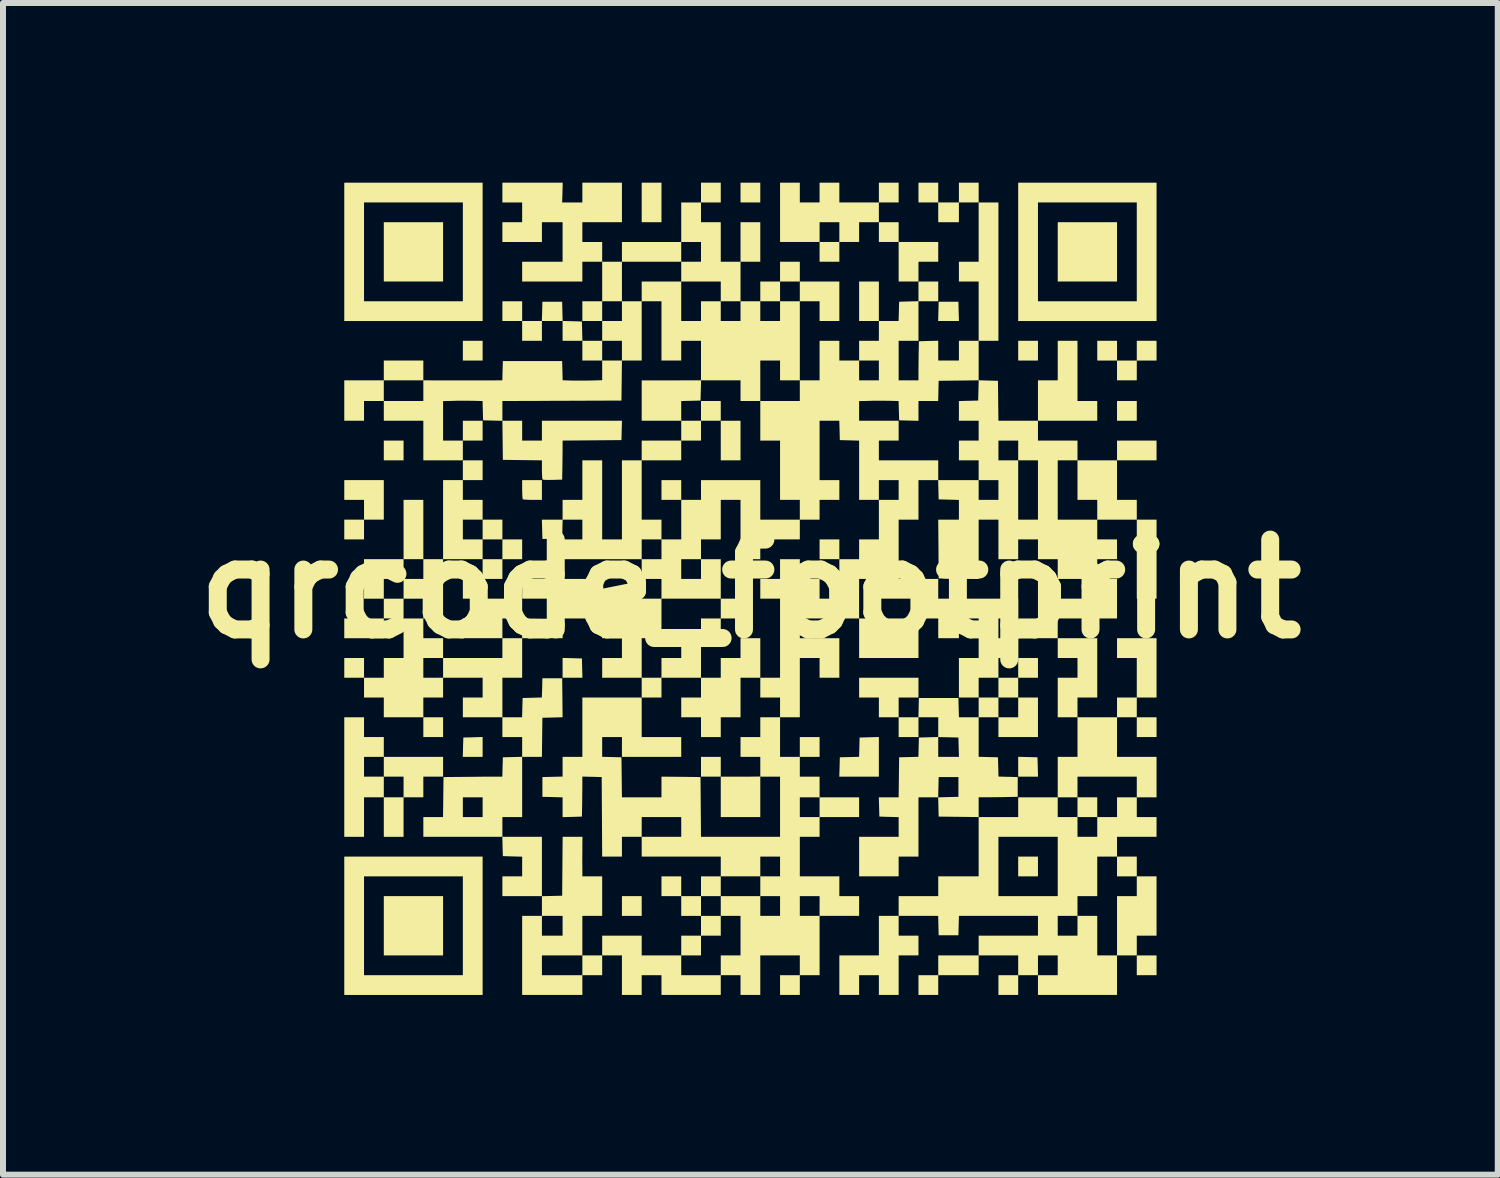
<source format=kicad_pcb>
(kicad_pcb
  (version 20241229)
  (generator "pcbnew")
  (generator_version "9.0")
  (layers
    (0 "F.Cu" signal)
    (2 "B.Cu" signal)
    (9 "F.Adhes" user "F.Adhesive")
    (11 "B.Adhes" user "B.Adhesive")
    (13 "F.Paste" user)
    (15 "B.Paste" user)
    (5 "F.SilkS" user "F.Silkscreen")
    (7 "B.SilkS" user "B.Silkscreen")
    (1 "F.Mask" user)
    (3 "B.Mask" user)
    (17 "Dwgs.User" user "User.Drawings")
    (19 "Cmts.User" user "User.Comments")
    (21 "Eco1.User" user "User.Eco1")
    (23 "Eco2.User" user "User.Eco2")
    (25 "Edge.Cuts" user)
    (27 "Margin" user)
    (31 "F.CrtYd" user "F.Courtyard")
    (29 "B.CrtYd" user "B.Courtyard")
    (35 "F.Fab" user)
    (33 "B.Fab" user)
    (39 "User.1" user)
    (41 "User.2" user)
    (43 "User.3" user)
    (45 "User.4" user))
  (footprint "qrcode_footprint"
    (layer "F.Cu")
    (at 9.479 6.781)
    (property "Reference" "qrcode_footprint" (at 0 0 0) (layer "F.SilkS") (effects (font (size 1.5 1.5) (thickness 0.3))))
    (attr board_only exclude_from_pos_files exclude_from_bom)
    (fp_poly (pts (xy -5.791 -2.31) (xy -5.791 -2.145) (xy -5.956 -2.145) (xy -6.121 -2.145) (xy -6.121 -2.31) (xy -6.121 -2.475) (xy -5.956 -2.475) (xy -5.791 -2.475)) (stroke (width 0) (type solid)) (fill yes) (layer "F.SilkS"))
    (fp_poly (pts (xy -5.131 -5.626) (xy -5.131 -5.131) (xy -5.626 -5.131) (xy -6.121 -5.131) (xy -6.121 -5.626) (xy -6.121 -6.121) (xy -5.626 -6.121) (xy -5.131 -6.121)) (stroke (width 0) (type solid)) (fill yes) (layer "F.SilkS"))
    (fp_poly (pts (xy -5.131 2.31) (xy -5.131 2.475) (xy -5.296 2.475) (xy -5.461 2.475) (xy -5.461 2.31) (xy -5.461 2.145) (xy -5.296 2.145) (xy -5.131 2.145)) (stroke (width 0) (type solid)) (fill yes) (layer "F.SilkS"))
    (fp_poly (pts (xy -5.131 5.626) (xy -5.131 6.121) (xy -5.626 6.121) (xy -6.121 6.121) (xy -6.121 5.626) (xy -6.121 5.131) (xy -5.626 5.131) (xy -5.131 5.131)) (stroke (width 0) (type solid)) (fill yes) (layer "F.SilkS"))
    (fp_poly (pts (xy -4.471 -3.976) (xy -4.471 -3.811) (xy -4.636 -3.811) (xy -4.801 -3.811) (xy -4.801 -3.976) (xy -4.801 -4.141) (xy -4.636 -4.141) (xy -4.471 -4.141)) (stroke (width 0) (type solid)) (fill yes) (layer "F.SilkS"))
    (fp_poly (pts (xy -4.471 -2.641) (xy -4.471 -2.475) (xy -4.636 -2.475) (xy -4.801 -2.475) (xy -4.801 -2.641) (xy -4.801 -2.806) (xy -4.636 -2.806) (xy -4.471 -2.806)) (stroke (width 0) (type solid)) (fill yes) (layer "F.SilkS"))
    (fp_poly (pts (xy -4.471 2.64) (xy -4.471 2.806) (xy -4.636 2.806) (xy -4.802 2.806) (xy -4.798 2.644) (xy -4.793 2.483) (xy -4.632 2.479) (xy -4.471 2.474)) (stroke (width 0) (type solid)) (fill yes) (layer "F.SilkS"))
    (fp_poly (pts (xy -4.141 -0.99) (xy -4.141 -0.825) (xy -4.306 -0.825) (xy -4.471 -0.825) (xy -4.471 -0.99) (xy -4.471 -1.155) (xy -4.306 -1.155) (xy -4.141 -1.155)) (stroke (width 0) (type solid)) (fill yes) (layer "F.SilkS"))
    (fp_poly (pts (xy -2.974 1.158) (xy -2.813 1.163) (xy -2.809 1.324) (xy -2.805 1.485) (xy -2.97 1.485) (xy -3.136 1.485) (xy -3.136 1.32) (xy -3.136 1.154)) (stroke (width 0) (type solid)) (fill yes) (layer "F.SilkS"))
    (fp_poly (pts (xy -1.815 5.296) (xy -1.815 5.461) (xy -1.98 5.461) (xy -2.145 5.461) (xy -2.145 5.296) (xy -2.145 5.131) (xy -1.98 5.131) (xy -1.815 5.131)) (stroke (width 0) (type solid)) (fill yes) (layer "F.SilkS"))
    (fp_poly (pts (xy -1.485 -6.451) (xy -1.485 -6.121) (xy -1.65 -6.121) (xy -1.815 -6.121) (xy -1.815 -6.451) (xy -1.815 -6.781) (xy -1.65 -6.781) (xy -1.485 -6.781)) (stroke (width 0) (type solid)) (fill yes) (layer "F.SilkS"))
    (fp_poly (pts (xy -0.165 -2.475) (xy -0.165 -2.145) (xy -0.33 -2.145) (xy -0.495 -2.145) (xy -0.495 -2.475) (xy -0.495 -2.806) (xy -0.33 -2.806) (xy -0.165 -2.806)) (stroke (width 0) (type solid)) (fill yes) (layer "F.SilkS"))
    (fp_poly (pts (xy 0.165 -6.616) (xy 0.165 -6.451) (xy 0 -6.451) (xy -0.165 -6.451) (xy -0.165 -6.616) (xy -0.165 -6.781) (xy 0 -6.781) (xy 0.165 -6.781)) (stroke (width 0) (type solid)) (fill yes) (layer "F.SilkS"))
    (fp_poly (pts (xy 1.485 -0.66) (xy 1.485 -0.495) (xy 1.32 -0.495) (xy 1.155 -0.495) (xy 1.155 -0.66) (xy 1.155 -0.825) (xy 1.32 -0.825) (xy 1.485 -0.825)) (stroke (width 0) (type solid)) (fill yes) (layer "F.SilkS"))
    (fp_poly (pts (xy 2.475 -5.956) (xy 2.475 -5.791) (xy 2.31 -5.791) (xy 2.145 -5.791) (xy 2.145 -5.956) (xy 2.145 -6.121) (xy 2.31 -6.121) (xy 2.475 -6.121)) (stroke (width 0) (type solid)) (fill yes) (layer "F.SilkS"))
    (fp_poly (pts (xy 3.477 -4.632) (xy 3.482 -4.471) (xy 3.308 -4.471) (xy 3.135 -4.471) (xy 3.139 -4.632) (xy 3.143 -4.793) (xy 3.308 -4.793) (xy 3.473 -4.793)) (stroke (width 0) (type solid)) (fill yes) (layer "F.SilkS"))
    (fp_poly (pts (xy 4.632 2.809) (xy 4.793 2.813) (xy 4.798 2.974) (xy 4.802 3.136) (xy 4.636 3.136) (xy 4.471 3.136) (xy 4.471 2.97) (xy 4.471 2.805)) (stroke (width 0) (type solid)) (fill yes) (layer "F.SilkS"))
    (fp_poly (pts (xy 4.801 -3.976) (xy 4.801 -3.811) (xy 4.636 -3.811) (xy 4.471 -3.811) (xy 4.471 -3.976) (xy 4.471 -4.141) (xy 4.636 -4.141) (xy 4.801 -4.141)) (stroke (width 0) (type solid)) (fill yes) (layer "F.SilkS"))
    (fp_poly (pts (xy 4.801 4.636) (xy 4.801 4.801) (xy 4.636 4.801) (xy 4.471 4.801) (xy 4.471 4.636) (xy 4.471 4.471) (xy 4.636 4.471) (xy 4.801 4.471)) (stroke (width 0) (type solid)) (fill yes) (layer "F.SilkS"))
    (fp_poly (pts (xy 5.791 3.646) (xy 5.791 3.811) (xy 5.626 3.811) (xy 5.461 3.811) (xy 5.461 3.646) (xy 5.461 3.481) (xy 5.626 3.481) (xy 5.791 3.481)) (stroke (width 0) (type solid)) (fill yes) (layer "F.SilkS"))
    (fp_poly (pts (xy 6.121 -5.626) (xy 6.121 -5.131) (xy 5.626 -5.131) (xy 5.131 -5.131) (xy 5.131 -5.626) (xy 5.131 -6.121) (xy 5.626 -6.121) (xy 6.121 -6.121)) (stroke (width 0) (type solid)) (fill yes) (layer "F.SilkS"))
    (fp_poly (pts (xy 6.451 -2.971) (xy 6.451 -2.806) (xy 6.286 -2.806) (xy 6.121 -2.806) (xy 6.121 -2.971) (xy 6.121 -3.136) (xy 6.286 -3.136) (xy 6.451 -3.136)) (stroke (width 0) (type solid)) (fill yes) (layer "F.SilkS"))
    (fp_poly (pts (xy 6.451 4.636) (xy 6.451 4.801) (xy 6.286 4.801) (xy 6.121 4.801) (xy 6.121 4.636) (xy 6.121 4.471) (xy 6.286 4.471) (xy 6.451 4.471)) (stroke (width 0) (type solid)) (fill yes) (layer "F.SilkS"))
    (fp_poly (pts (xy 6.781 -0.495) (xy 6.781 0.165) (xy 6.616 0.165) (xy 6.451 0.165) (xy 6.451 -0.495) (xy 6.451 -1.155) (xy 6.616 -1.155) (xy 6.781 -1.155)) (stroke (width 0) (type solid)) (fill yes) (layer "F.SilkS"))
    (fp_poly (pts (xy 6.781 2.31) (xy 6.781 2.475) (xy 6.616 2.475) (xy 6.451 2.475) (xy 6.451 2.31) (xy 6.451 2.145) (xy 6.616 2.145) (xy 6.781 2.145)) (stroke (width 0) (type solid)) (fill yes) (layer "F.SilkS"))
    (fp_poly (pts (xy 6.781 6.286) (xy 6.781 6.451) (xy 6.616 6.451) (xy 6.451 6.451) (xy 6.451 6.286) (xy 6.451 6.121) (xy 6.616 6.121) (xy 6.781 6.121)) (stroke (width 0) (type solid)) (fill yes) (layer "F.SilkS"))
    (fp_poly (pts (xy 2.145 2.805) (xy 2.145 3.136) (xy 1.815 3.136) (xy 1.484 3.136) (xy 1.489 2.974) (xy 1.493 2.813) (xy 1.654 2.809) (xy 1.814 2.805) (xy 1.819 2.644) (xy 1.823 2.483) (xy 1.984 2.479) (xy 2.145 2.474)) (stroke (width 0) (type solid)) (fill yes) (layer "F.SilkS"))
    (fp_poly (pts (xy 3.136 -5.626) (xy 3.136 -5.461) (xy 2.971 -5.461) (xy 2.806 -5.461) (xy 2.806 -5.296) (xy 2.806 -5.131) (xy 2.641 -5.131) (xy 2.475 -5.131) (xy 2.475 -5.461) (xy 2.475 -5.791) (xy 2.806 -5.791) (xy 3.136 -5.791)) (stroke (width 0) (type solid)) (fill yes) (layer "F.SilkS"))
    (fp_poly (pts (xy 4.801 2.145) (xy 4.801 2.475) (xy 4.471 2.475) (xy 4.141 2.475) (xy 4.141 2.31) (xy 4.141 2.145) (xy 4.306 2.145) (xy 4.471 2.145) (xy 4.471 1.98) (xy 4.471 1.815) (xy 4.636 1.815) (xy 4.801 1.815)) (stroke (width 0) (type solid)) (fill yes) (layer "F.SilkS"))
    (fp_poly (pts (xy -3.481 -1.65) (xy -3.481 -1.485) (xy -3.636 -1.485) (xy -3.701 -1.486) (xy -3.755 -1.489) (xy -3.79 -1.492) (xy -3.801 -1.495) (xy -3.805 -1.514) (xy -3.808 -1.555) (xy -3.81 -1.613) (xy -3.811 -1.66) (xy -3.811 -1.815) (xy -3.646 -1.815) (xy -3.481 -1.815)) (stroke (width 0) (type solid)) (fill yes) (layer "F.SilkS"))
    (fp_poly (pts (xy -0.495 5.626) (xy -0.495 5.791) (xy -0.66 5.791) (xy -0.825 5.791) (xy -0.825 5.956) (xy -0.825 6.121) (xy -0.99 6.121) (xy -1.155 6.121) (xy -1.155 5.956) (xy -1.155 5.791) (xy -0.99 5.791) (xy -0.825 5.791) (xy -0.825 5.626) (xy -0.825 5.461) (xy -0.66 5.461) (xy -0.495 5.461)) (stroke (width 0) (type solid)) (fill yes) (layer "F.SilkS"))
    (fp_poly (pts (xy 4.801 1.32) (xy 4.801 1.485) (xy 4.636 1.485) (xy 4.471 1.485) (xy 4.471 1.65) (xy 4.471 1.815) (xy 4.306 1.815) (xy 4.141 1.815) (xy 4.141 1.65) (xy 4.141 1.485) (xy 4.306 1.485) (xy 4.471 1.485) (xy 4.471 1.32) (xy 4.471 1.155) (xy 4.636 1.155) (xy 4.801 1.155)) (stroke (width 0) (type solid)) (fill yes) (layer "F.SilkS"))
    (fp_poly (pts (xy -4.471 -5.626) (xy -4.471 -4.471) (xy -5.626 -4.471) (xy -6.781 -4.471) (xy -6.781 -5.626) (xy -6.451 -5.626) (xy -6.451 -4.801) (xy -5.626 -4.801) (xy -4.801 -4.801) (xy -4.801 -5.626) (xy -4.801 -6.451) (xy -5.626 -6.451) (xy -6.451 -6.451) (xy -6.451 -5.626) (xy -6.781 -5.626) (xy -6.781 -6.781) (xy -5.626 -6.781) (xy -4.471 -6.781)) (stroke (width 0) (type solid)) (fill yes) (layer "F.SilkS"))
    (fp_poly (pts (xy -4.471 5.626) (xy -4.471 6.781) (xy -5.626 6.781) (xy -6.781 6.781) (xy -6.781 5.626) (xy -6.451 5.626) (xy -6.451 6.451) (xy -5.626 6.451) (xy -4.801 6.451) (xy -4.801 5.626) (xy -4.801 4.801) (xy -5.626 4.801) (xy -6.451 4.801) (xy -6.451 5.626) (xy -6.781 5.626) (xy -6.781 4.471) (xy -5.626 4.471) (xy -4.471 4.471)) (stroke (width 0) (type solid)) (fill yes) (layer "F.SilkS"))
    (fp_poly (pts (xy 6.781 -5.626) (xy 6.781 -4.471) (xy 5.626 -4.471) (xy 4.471 -4.471) (xy 4.471 -5.626) (xy 4.801 -5.626) (xy 4.801 -4.801) (xy 5.626 -4.801) (xy 6.451 -4.801) (xy 6.451 -5.626) (xy 6.451 -6.451) (xy 5.626 -6.451) (xy 4.801 -6.451) (xy 4.801 -5.626) (xy 4.471 -5.626) (xy 4.471 -6.781) (xy 5.626 -6.781) (xy 6.781 -6.781)) (stroke (width 0) (type solid)) (fill yes) (layer "F.SilkS"))
    (fp_poly (pts (xy -6.121 -1.485) (xy -6.121 -1.155) (xy -6.286 -1.155) (xy -6.451 -1.155) (xy -6.451 -0.99) (xy -6.451 -0.825) (xy -6.616 -0.825) (xy -6.781 -0.825) (xy -6.781 -0.99) (xy -6.781 -1.155) (xy -6.616 -1.155) (xy -6.451 -1.155) (xy -6.451 -1.32) (xy -6.451 -1.485) (xy -6.616 -1.485) (xy -6.781 -1.485) (xy -6.781 -1.65) (xy -6.781 -1.815) (xy -6.451 -1.815) (xy -6.121 -1.815)) (stroke (width 0) (type solid)) (fill yes) (layer "F.SilkS"))
    (fp_poly (pts (xy -0.495 2.971) (xy -0.495 3.136) (xy -0.334 3.136) (xy -0.245 3.137) (xy -0.142 3.137) (xy -0.043 3.136) (xy -0.004 3.136) (xy 0.165 3.134) (xy 0.165 3.472) (xy 0.165 3.811) (xy -0.165 3.811) (xy -0.495 3.811) (xy -0.495 3.473) (xy -0.495 3.136) (xy -0.66 3.136) (xy -0.825 3.136) (xy -0.825 2.971) (xy -0.825 2.806) (xy -0.66 2.806) (xy -0.495 2.806)) (stroke (width 0) (type solid)) (fill yes) (layer "F.SilkS"))
    (fp_poly (pts (xy -1.155 4.966) (xy -1.155 5.131) (xy -0.99 5.131) (xy -0.825 5.131) (xy -0.825 4.966) (xy -0.825 4.801) (xy -0.66 4.801) (xy -0.495 4.801) (xy -0.495 4.966) (xy -0.495 5.131) (xy -0.66 5.131) (xy -0.825 5.131) (xy -0.825 5.296) (xy -0.825 5.461) (xy -0.99 5.461) (xy -1.155 5.461) (xy -1.155 5.296) (xy -1.155 5.131) (xy -1.32 5.131) (xy -1.485 5.131) (xy -1.485 4.966) (xy -1.485 4.801) (xy -1.32 4.801) (xy -1.155 4.801)) (stroke (width 0) (type solid)) (fill yes) (layer "F.SilkS"))
    (fp_poly (pts (xy 3.136 -6.616) (xy 3.136 -6.451) (xy 3.308 -6.451) (xy 3.481 -6.451) (xy 3.481 -6.616) (xy 3.481 -6.781) (xy 3.646 -6.781) (xy 3.811 -6.781) (xy 3.811 -6.616) (xy 3.811 -6.451) (xy 3.646 -6.451) (xy 3.481 -6.451) (xy 3.481 -6.286) (xy 3.481 -6.121) (xy 3.308 -6.121) (xy 3.136 -6.121) (xy 3.136 -6.286) (xy 3.136 -6.451) (xy 2.971 -6.451) (xy 2.806 -6.451) (xy 2.806 -6.616) (xy 2.806 -6.781) (xy 2.971 -6.781) (xy 3.136 -6.781)) (stroke (width 0) (type solid)) (fill yes) (layer "F.SilkS"))
    (fp_poly (pts (xy 6.121 -3.976) (xy 6.121 -3.811) (xy 6.286 -3.811) (xy 6.451 -3.811) (xy 6.451 -3.976) (xy 6.451 -4.141) (xy 6.616 -4.141) (xy 6.781 -4.141) (xy 6.781 -3.976) (xy 6.781 -3.811) (xy 6.616 -3.811) (xy 6.451 -3.811) (xy 6.451 -3.646) (xy 6.451 -3.481) (xy 6.286 -3.481) (xy 6.121 -3.481) (xy 6.121 -3.646) (xy 6.121 -3.811) (xy 5.956 -3.811) (xy 5.791 -3.811) (xy 5.791 -3.976) (xy 5.791 -4.141) (xy 5.956 -4.141) (xy 6.121 -4.141)) (stroke (width 0) (type solid)) (fill yes) (layer "F.SilkS"))
    (fp_poly (pts (xy -3.811 -2.641) (xy -3.811 -2.475) (xy -3.646 -2.475) (xy -3.481 -2.475) (xy -3.481 -2.641) (xy -3.481 -2.806) (xy -2.813 -2.806) (xy -2.144 -2.806) (xy -2.149 -2.644) (xy -2.153 -2.483) (xy -2.644 -2.479) (xy -3.136 -2.475) (xy -3.136 -2.314) (xy -3.137 -2.224) (xy -3.138 -2.121) (xy -3.139 -2.023) (xy -3.14 -1.988) (xy -3.143 -1.823) (xy -3.301 -1.819) (xy -3.368 -1.818) (xy -3.422 -1.819) (xy -3.459 -1.822) (xy -3.47 -1.825) (xy -3.475 -1.843) (xy -3.478 -1.885) (xy -3.48 -1.943) (xy -3.481 -1.99) (xy -3.481 -2.145) (xy -3.807 -2.149) (xy -4.133 -2.153) (xy -4.137 -2.479) (xy -4.141 -2.806) (xy -3.976 -2.806) (xy -3.811 -2.806)) (stroke (width 0) (type solid)) (fill yes) (layer "F.SilkS"))
    (fp_poly (pts (xy -6.451 2.31) (xy -6.451 2.475) (xy -6.286 2.475) (xy -6.121 2.475) (xy -6.121 2.641) (xy -6.121 2.806) (xy -6.286 2.806) (xy -6.451 2.806) (xy -6.451 2.971) (xy -6.451 3.136) (xy -6.286 3.136) (xy -6.121 3.136) (xy -6.121 2.971) (xy -6.121 2.806) (xy -5.626 2.806) (xy -5.131 2.806) (xy -5.131 2.971) (xy -5.131 3.136) (xy -5.296 3.136) (xy -5.461 3.136) (xy -5.461 3.308) (xy -5.461 3.481) (xy -5.626 3.481) (xy -5.791 3.481) (xy -5.791 3.811) (xy -5.791 4.141) (xy -5.956 4.141) (xy -6.121 4.141) (xy -6.121 3.811) (xy -6.121 3.481) (xy -6.286 3.481) (xy -6.451 3.481) (xy -6.451 3.811) (xy -6.451 4.141) (xy -6.616 4.141) (xy -6.781 4.141) (xy -6.781 3.308) (xy -6.121 3.308) (xy -6.121 3.481) (xy -5.956 3.481) (xy -5.791 3.481) (xy -5.791 3.308) (xy -5.791 3.136) (xy -5.956 3.136) (xy -6.121 3.136) (xy -6.121 3.308) (xy -6.781 3.308) (xy -6.781 3.143) (xy -6.781 2.145) (xy -6.616 2.145) (xy -6.451 2.145)) (stroke (width 0) (type solid)) (fill yes) (layer "F.SilkS"))
    (fp_poly (pts (xy 0.825 -6.616) (xy 0.825 -6.451) (xy 0.99 -6.451) (xy 1.155 -6.451) (xy 1.155 -6.616) (xy 1.155 -6.781) (xy 1.32 -6.781) (xy 1.485 -6.781) (xy 1.485 -6.616) (xy 1.485 -6.451) (xy 1.815 -6.451) (xy 2.145 -6.451) (xy 2.145 -6.616) (xy 2.145 -6.781) (xy 2.31 -6.781) (xy 2.475 -6.781) (xy 2.475 -6.616) (xy 2.475 -6.451) (xy 2.31 -6.451) (xy 2.145 -6.451) (xy 2.145 -6.286) (xy 2.145 -6.121) (xy 1.98 -6.121) (xy 1.815 -6.121) (xy 1.815 -5.956) (xy 1.815 -5.791) (xy 1.65 -5.791) (xy 1.485 -5.791) (xy 1.485 -5.626) (xy 1.485 -5.461) (xy 1.32 -5.461) (xy 1.155 -5.461) (xy 1.155 -5.626) (xy 1.155 -5.791) (xy 0.825 -5.791) (xy 0.495 -5.791) (xy 0.495 -5.956) (xy 1.155 -5.956) (xy 1.155 -5.791) (xy 1.32 -5.791) (xy 1.485 -5.791) (xy 1.485 -5.956) (xy 1.485 -6.121) (xy 1.32 -6.121) (xy 1.155 -6.121) (xy 1.155 -5.956) (xy 0.495 -5.956) (xy 0.495 -6.286) (xy 0.495 -6.781) (xy 0.66 -6.781) (xy 0.825 -6.781)) (stroke (width 0) (type solid)) (fill yes) (layer "F.SilkS"))
    (fp_poly (pts (xy -4.471 -1.98) (xy -4.471 -1.815) (xy -4.636 -1.815) (xy -4.801 -1.815) (xy -4.801 -1.65) (xy -4.801 -1.485) (xy -4.636 -1.485) (xy -4.471 -1.485) (xy -4.471 -1.32) (xy -4.471 -1.155) (xy -4.636 -1.155) (xy -4.801 -1.155) (xy -4.801 -0.99) (xy -4.801 -0.825) (xy -4.636 -0.825) (xy -4.471 -0.825) (xy -4.471 -0.66) (xy -4.471 -0.495) (xy -4.801 -0.495) (xy -5.131 -0.495) (xy -5.131 0) (xy -5.131 0.495) (xy -5.296 0.495) (xy -5.461 0.495) (xy -5.461 0.33) (xy -5.461 0.165) (xy -5.626 0.165) (xy -5.791 0.165) (xy -5.791 0.33) (xy -5.791 0.495) (xy -5.956 0.495) (xy -6.121 0.495) (xy -6.121 0.66) (xy -6.121 0.825) (xy -6.451 0.825) (xy -6.781 0.825) (xy -6.781 0.66) (xy -6.781 0.495) (xy -6.451 0.495) (xy -6.121 0.495) (xy -6.121 0.33) (xy -6.121 0.165) (xy -6.286 0.165) (xy -6.451 0.165) (xy -6.451 -0.165) (xy -6.121 -0.165) (xy -6.121 0) (xy -6.121 0.165) (xy -5.956 0.165) (xy -5.791 0.165) (xy -5.791 0) (xy -5.791 -0.165) (xy -5.626 -0.165) (xy -5.461 -0.165) (xy -5.461 -0.33) (xy -5.461 -0.495) (xy -5.626 -0.495) (xy -5.791 -0.495) (xy -5.791 -0.33) (xy -5.791 -0.165) (xy -5.956 -0.165) (xy -6.121 -0.165) (xy -6.451 -0.165) (xy -6.451 -0.495) (xy -6.121 -0.495) (xy -5.791 -0.495) (xy -5.791 -0.99) (xy -5.791 -1.485) (xy -5.626 -1.485) (xy -5.461 -1.485) (xy -5.461 -0.99) (xy -5.461 -0.495) (xy -5.296 -0.495) (xy -5.131 -0.495) (xy -5.131 -1.155) (xy -5.131 -1.815) (xy -4.966 -1.815) (xy -4.801 -1.815) (xy -4.801 -1.98) (xy -4.801 -2.145) (xy -4.636 -2.145) (xy -4.471 -2.145)) (stroke (width 0) (type solid)) (fill yes) (layer "F.SilkS"))
    (fp_poly (pts (xy -5.461 0.66) (xy -5.461 0.825) (xy -5.296 0.825) (xy -5.131 0.825) (xy -5.131 0.99) (xy -5.131 1.155) (xy -5.296 1.155) (xy -5.461 1.155) (xy -5.461 1.32) (xy -5.461 1.485) (xy -5.296 1.485) (xy -5.131 1.485) (xy -5.131 1.32) (xy -5.131 1.155) (xy -4.636 1.155) (xy -4.141 1.155) (xy -4.141 0.99) (xy -4.141 0.825) (xy -3.976 0.825) (xy -3.811 0.825) (xy -3.811 1.155) (xy -3.811 1.485) (xy -3.976 1.485) (xy -4.141 1.485) (xy -4.141 1.815) (xy -4.141 2.145) (xy -3.976 2.145) (xy -3.812 2.145) (xy -3.808 1.984) (xy -3.803 1.823) (xy -3.642 1.819) (xy -3.482 1.814) (xy -3.477 1.654) (xy -3.473 1.493) (xy -3.308 1.493) (xy -3.143 1.493) (xy -3.139 1.819) (xy -3.136 2.144) (xy -3.304 2.149) (xy -3.473 2.153) (xy -3.477 2.479) (xy -3.481 2.806) (xy -3.646 2.806) (xy -3.811 2.806) (xy -3.811 3.308) (xy -3.811 3.811) (xy -3.976 3.811) (xy -4.141 3.811) (xy -4.141 3.976) (xy -4.141 4.141) (xy -3.811 4.141) (xy -3.481 4.141) (xy -3.481 4.636) (xy -3.481 5.131) (xy -3.811 5.131) (xy -4.141 5.131) (xy -4.141 4.966) (xy -4.141 4.801) (xy -3.976 4.801) (xy -3.811 4.801) (xy -3.811 4.636) (xy -3.811 4.472) (xy -3.972 4.468) (xy -4.133 4.463) (xy -4.138 4.302) (xy -4.142 4.141) (xy -4.801 4.141) (xy -5.461 4.141) (xy -5.461 3.976) (xy -5.461 3.811) (xy -5.296 3.811) (xy -5.132 3.811) (xy -5.13 3.646) (xy -4.801 3.646) (xy -4.801 3.811) (xy -4.636 3.811) (xy -4.471 3.811) (xy -4.471 3.646) (xy -4.471 3.481) (xy -4.636 3.481) (xy -4.801 3.481) (xy -4.801 3.646) (xy -5.13 3.646) (xy -5.128 3.477) (xy -5.124 3.143) (xy -4.793 3.14) (xy -4.684 3.139) (xy -4.574 3.138) (xy -4.47 3.137) (xy -4.38 3.137) (xy -4.31 3.136) (xy -4.303 3.136) (xy -4.142 3.136) (xy -4.138 2.974) (xy -4.133 2.813) (xy -3.972 2.809) (xy -3.811 2.805) (xy -3.811 2.64) (xy -3.811 2.475) (xy -3.976 2.475) (xy -4.141 2.475) (xy -4.141 2.31) (xy -4.141 2.145) (xy -4.471 2.145) (xy -4.801 2.145) (xy -4.801 1.98) (xy -4.801 1.815) (xy -4.636 1.815) (xy -4.471 1.815) (xy -4.471 1.65) (xy -4.471 1.485) (xy -4.801 1.485) (xy -5.131 1.485) (xy -5.131 1.65) (xy -5.131 1.815) (xy -5.296 1.815) (xy -5.461 1.815) (xy -5.461 1.98) (xy -5.461 2.145) (xy -5.791 2.145) (xy -6.121 2.145) (xy -6.121 1.98) (xy -6.121 1.815) (xy -6.286 1.815) (xy -6.451 1.815) (xy -6.451 1.65) (xy -6.451 1.485) (xy -6.616 1.485) (xy -6.781 1.485) (xy -6.781 1.32) (xy -6.781 1.155) (xy -6.616 1.155) (xy -6.451 1.155) (xy -6.451 1.32) (xy -6.451 1.485) (xy -6.286 1.485) (xy -6.121 1.485) (xy -6.121 1.32) (xy -6.121 1.155) (xy -5.956 1.155) (xy -5.791 1.155) (xy -5.791 0.825) (xy -5.791 0.495) (xy -5.626 0.495) (xy -5.461 0.495)) (stroke (width 0) (type solid)) (fill yes) (layer "F.SilkS"))
    (fp_poly (pts (xy -0.828 -3.312) (xy -0.833 -3.143) (xy -0.994 -3.139) (xy -1.155 -3.135) (xy -1.155 -2.97) (xy -1.155 -2.806) (xy -0.99 -2.806) (xy -0.825 -2.806) (xy -0.825 -2.971) (xy -0.825 -3.136) (xy -0.66 -3.136) (xy -0.495 -3.136) (xy -0.495 -2.971) (xy -0.495 -2.806) (xy -0.66 -2.806) (xy -0.825 -2.806) (xy -0.825 -2.641) (xy -0.825 -2.475) (xy -0.99 -2.475) (xy -1.155 -2.475) (xy -1.155 -2.31) (xy -1.155 -2.145) (xy -1.485 -2.145) (xy -1.815 -2.145) (xy -1.815 -1.65) (xy -1.815 -1.155) (xy -1.65 -1.155) (xy -1.485 -1.155) (xy -1.485 -0.99) (xy -1.485 -0.825) (xy -1.32 -0.825) (xy -1.155 -0.825) (xy -1.155 -1.155) (xy -1.155 -1.485) (xy -1.32 -1.485) (xy -1.485 -1.485) (xy -1.485 -1.65) (xy -1.485 -1.815) (xy -1.32 -1.815) (xy -1.155 -1.815) (xy -1.155 -1.65) (xy -1.155 -1.485) (xy -0.99 -1.485) (xy -0.825 -1.485) (xy -0.825 -1.65) (xy -0.825 -1.815) (xy -0.33 -1.815) (xy 0.165 -1.815) (xy 0.165 -1.485) (xy 0.165 -1.155) (xy 0.495 -1.155) (xy 0.825 -1.155) (xy 0.825 -0.99) (xy 0.825 -0.825) (xy 0.495 -0.825) (xy 0.165 -0.825) (xy 0.165 -0.66) (xy 0.165 -0.495) (xy 0 -0.495) (xy -0.165 -0.495) (xy -0.165 -0.99) (xy -0.165 -1.485) (xy -0.33 -1.485) (xy -0.495 -1.485) (xy -0.495 -1.155) (xy -0.495 -0.825) (xy -0.66 -0.825) (xy -0.825 -0.825) (xy -0.825 -0.66) (xy -0.825 -0.495) (xy -0.99 -0.495) (xy -1.155 -0.495) (xy -1.155 -0.33) (xy -1.155 -0.165) (xy -0.99 -0.165) (xy -0.825 -0.165) (xy -0.825 -0.33) (xy -0.825 -0.495) (xy -0.66 -0.495) (xy -0.495 -0.495) (xy -0.495 -0.165) (xy -0.495 0.165) (xy -0.99 0.165) (xy -1.485 0.165) (xy -1.485 0.495) (xy -1.485 0.825) (xy -1.65 0.825) (xy -1.815 0.825) (xy -1.815 1.155) (xy -1.815 1.485) (xy -1.65 1.485) (xy -1.485 1.485) (xy -1.485 1.32) (xy -1.485 1.155) (xy -1.32 1.155) (xy -1.155 1.155) (xy -1.155 0.99) (xy -1.155 0.825) (xy -0.99 0.825) (xy -0.825 0.825) (xy -0.825 0.66) (xy -0.825 0.495) (xy -0.66 0.495) (xy -0.495 0.495) (xy -0.495 0.33) (xy -0.495 0.165) (xy -0.33 0.165) (xy -0.165 0.165) (xy -0.165 0.33) (xy -0.165 0.495) (xy -0.33 0.495) (xy -0.495 0.495) (xy -0.495 0.66) (xy -0.495 0.825) (xy -0.66 0.825) (xy -0.825 0.825) (xy -0.825 1.155) (xy -0.825 1.485) (xy -0.66 1.485) (xy -0.495 1.485) (xy -0.495 1.32) (xy -0.495 1.155) (xy -0.33 1.155) (xy -0.165 1.155) (xy -0.165 0.99) (xy -0.165 0.825) (xy 0 0.825) (xy 0.165 0.825) (xy 0.165 1.155) (xy 0.165 1.485) (xy 0 1.485) (xy -0.165 1.485) (xy -0.165 1.815) (xy -0.165 2.145) (xy -0.33 2.145) (xy -0.495 2.145) (xy -0.495 2.31) (xy -0.495 2.475) (xy -0.66 2.475) (xy -0.825 2.475) (xy -0.825 2.31) (xy -0.825 2.145) (xy -0.99 2.145) (xy -1.155 2.145) (xy -1.155 1.98) (xy -1.155 1.815) (xy -0.99 1.815) (xy -0.825 1.815) (xy -0.825 1.65) (xy -0.825 1.485) (xy -1.155 1.485) (xy -1.485 1.485) (xy -1.485 1.65) (xy -1.485 1.815) (xy -1.65 1.815) (xy -1.815 1.815) (xy -1.815 1.65) (xy -1.815 1.485) (xy -2.145 1.485) (xy -2.475 1.485) (xy -2.475 1.32) (xy -2.475 1.155) (xy -2.31 1.155) (xy -2.145 1.155) (xy -2.145 0.99) (xy -2.145 0.825) (xy -2.31 0.825) (xy -2.475 0.825) (xy -2.475 0.66) (xy -2.475 0.495) (xy -2.806 0.495) (xy -3.136 0.495) (xy -3.136 0.33) (xy -3.136 0.165) (xy -3.473 0.165) (xy -3.811 0.165) (xy -3.811 0.33) (xy -3.811 0.495) (xy -3.477 0.499) (xy -3.143 0.503) (xy -3.139 0.664) (xy -3.135 0.825) (xy -3.473 0.825) (xy -3.811 0.825) (xy -3.811 0.66) (xy -3.811 0.495) (xy -3.976 0.495) (xy -4.141 0.495) (xy -4.141 0.66) (xy -4.141 0.825) (xy -4.471 0.825) (xy -4.801 0.825) (xy -4.801 0.66) (xy -4.801 0.495) (xy -4.636 0.495) (xy -4.471 0.495) (xy -4.471 0.33) (xy -4.471 0.165) (xy -4.636 0.165) (xy -4.801 0.165) (xy -4.801 0) (xy -4.801 -0.165) (xy -4.636 -0.165) (xy -4.471 -0.165) (xy -4.471 -0.33) (xy -4.471 -0.495) (xy -4.306 -0.495) (xy -4.141 -0.495) (xy -4.141 -0.66) (xy -4.141 -0.825) (xy -3.976 -0.825) (xy -3.811 -0.825) (xy -3.811 -0.66) (xy -3.811 -0.495) (xy -3.976 -0.495) (xy -4.141 -0.495) (xy -4.141 -0.33) (xy -4.141 -0.165) (xy -4.306 -0.165) (xy -4.471 -0.165) (xy -4.471 0) (xy -4.471 0.165) (xy -4.141 0.165) (xy -3.811 0.165) (xy -3.811 0) (xy -3.811 -0.165) (xy -3.143 -0.165) (xy -2.475 -0.165) (xy -2.475 0) (xy -2.475 0.165) (xy -1.98 0.165) (xy -1.485 0.165) (xy -1.485 0) (xy -1.485 -0.165) (xy -1.65 -0.165) (xy -1.815 -0.165) (xy -1.815 -0.33) (xy -1.815 -0.495) (xy -2.475 -0.495) (xy -3.136 -0.495) (xy -3.136 -0.66) (xy -1.815 -0.66) (xy -1.815 -0.495) (xy -1.65 -0.495) (xy -1.485 -0.495) (xy -1.485 -0.66) (xy -1.485 -0.825) (xy -1.65 -0.825) (xy -1.815 -0.825) (xy -1.815 -0.66) (xy -3.136 -0.66) (xy -3.136 -0.825) (xy -2.971 -0.825) (xy -2.806 -0.825) (xy -2.806 -0.99) (xy -2.806 -1.155) (xy -2.97 -1.155) (xy -3.135 -1.155) (xy -3.139 -0.994) (xy -3.143 -0.833) (xy -3.308 -0.833) (xy -3.473 -0.833) (xy -3.477 -0.994) (xy -3.482 -1.155) (xy -3.309 -1.155) (xy -3.136 -1.155) (xy -3.136 -1.32) (xy -3.136 -1.485) (xy -2.971 -1.485) (xy -2.806 -1.485) (xy -2.806 -1.815) (xy -2.806 -2.145) (xy -2.641 -2.145) (xy -2.475 -2.145) (xy -2.475 -1.485) (xy -2.475 -0.825) (xy -2.31 -0.825) (xy -2.145 -0.825) (xy -2.145 -1.485) (xy -2.145 -2.145) (xy -1.98 -2.145) (xy -1.815 -2.145) (xy -1.815 -2.31) (xy -1.815 -2.475) (xy -1.485 -2.475) (xy -1.155 -2.475) (xy -1.155 -2.641) (xy -1.155 -2.806) (xy -1.485 -2.806) (xy -1.815 -2.806) (xy -1.815 -3.143) (xy -1.815 -3.48) (xy -1.32 -3.48) (xy -0.824 -3.481)) (stroke (width 0) (type solid)) (fill yes) (layer "F.SilkS"))
    (fp_poly (pts (xy 5.791 1.32) (xy 5.791 1.815) (xy 5.626 1.815) (xy 5.461 1.815) (xy 5.461 1.98) (xy 5.461 2.145) (xy 5.791 2.145) (xy 6.121 2.145) (xy 6.121 1.98) (xy 6.121 1.815) (xy 6.286 1.815) (xy 6.451 1.815) (xy 6.451 1.485) (xy 6.451 1.155) (xy 6.286 1.155) (xy 6.121 1.155) (xy 6.121 0.99) (xy 6.121 0.825) (xy 6.451 0.825) (xy 6.781 0.825) (xy 6.781 1.32) (xy 6.781 1.815) (xy 6.616 1.815) (xy 6.451 1.815) (xy 6.451 1.98) (xy 6.451 2.145) (xy 6.286 2.145) (xy 6.121 2.145) (xy 6.121 2.475) (xy 6.121 2.806) (xy 6.451 2.806) (xy 6.781 2.806) (xy 6.781 3.143) (xy 6.781 3.481) (xy 6.616 3.481) (xy 6.451 3.481) (xy 6.451 3.646) (xy 6.451 3.811) (xy 6.616 3.811) (xy 6.781 3.811) (xy 6.781 3.976) (xy 6.781 4.141) (xy 6.451 4.141) (xy 6.121 4.141) (xy 6.121 4.306) (xy 6.121 4.471) (xy 5.956 4.471) (xy 5.791 4.471) (xy 5.791 4.801) (xy 5.791 5.131) (xy 5.626 5.131) (xy 5.461 5.131) (xy 5.461 5.296) (xy 5.461 5.461) (xy 5.296 5.461) (xy 5.131 5.461) (xy 5.131 5.626) (xy 5.131 5.791) (xy 5.296 5.791) (xy 5.461 5.791) (xy 5.461 5.626) (xy 5.461 5.461) (xy 5.626 5.461) (xy 5.791 5.461) (xy 5.791 5.791) (xy 5.791 6.121) (xy 5.956 6.121) (xy 6.121 6.121) (xy 6.121 5.626) (xy 6.121 5.131) (xy 6.286 5.131) (xy 6.451 5.131) (xy 6.451 4.966) (xy 6.451 4.801) (xy 6.616 4.801) (xy 6.781 4.801) (xy 6.781 5.296) (xy 6.781 5.791) (xy 6.616 5.791) (xy 6.451 5.791) (xy 6.451 5.956) (xy 6.451 6.121) (xy 6.286 6.121) (xy 6.121 6.121) (xy 6.121 6.451) (xy 6.121 6.781) (xy 5.461 6.781) (xy 4.801 6.781) (xy 4.801 6.616) (xy 4.801 6.451) (xy 4.636 6.451) (xy 4.471 6.451) (xy 4.471 6.616) (xy 4.471 6.781) (xy 4.306 6.781) (xy 4.141 6.781) (xy 4.141 6.616) (xy 4.141 6.451) (xy 4.306 6.451) (xy 4.471 6.451) (xy 4.471 6.286) (xy 4.801 6.286) (xy 4.801 6.451) (xy 4.966 6.451) (xy 5.131 6.451) (xy 5.131 6.286) (xy 5.131 6.121) (xy 4.966 6.121) (xy 4.801 6.121) (xy 4.801 6.286) (xy 4.471 6.286) (xy 4.471 6.121) (xy 4.141 6.121) (xy 3.811 6.121) (xy 3.811 6.286) (xy 3.811 6.451) (xy 3.473 6.451) (xy 3.136 6.451) (xy 3.136 6.616) (xy 3.136 6.781) (xy 2.971 6.781) (xy 2.806 6.781) (xy 2.806 6.616) (xy 2.806 6.451) (xy 2.971 6.451) (xy 3.136 6.451) (xy 3.136 6.286) (xy 3.136 6.121) (xy 3.473 6.121) (xy 3.811 6.121) (xy 3.811 5.956) (xy 3.811 5.791) (xy 4.306 5.791) (xy 4.801 5.791) (xy 4.801 5.626) (xy 4.801 5.461) (xy 4.141 5.461) (xy 3.482 5.461) (xy 3.477 5.622) (xy 3.473 5.784) (xy 3.308 5.784) (xy 3.143 5.784) (xy 3.139 5.622) (xy 3.135 5.461) (xy 2.805 5.461) (xy 2.475 5.461) (xy 2.475 5.626) (xy 2.475 5.791) (xy 2.641 5.791) (xy 2.806 5.791) (xy 2.806 5.956) (xy 2.806 6.121) (xy 2.641 6.121) (xy 2.475 6.121) (xy 2.475 6.451) (xy 2.475 6.781) (xy 2.31 6.781) (xy 2.145 6.781) (xy 2.145 6.616) (xy 2.145 6.451) (xy 1.98 6.451) (xy 1.815 6.451) (xy 1.815 6.616) (xy 1.815 6.781) (xy 1.65 6.781) (xy 1.485 6.781) (xy 1.485 6.451) (xy 1.485 6.121) (xy 1.815 6.121) (xy 2.145 6.121) (xy 2.145 5.791) (xy 2.145 5.461) (xy 2.31 5.461) (xy 2.475 5.461) (xy 2.475 5.296) (xy 2.475 5.131) (xy 2.806 5.131) (xy 3.136 5.131) (xy 3.136 4.966) (xy 3.136 4.801) (xy 3.473 4.801) (xy 3.811 4.801) (xy 3.811 4.636) (xy 4.141 4.636) (xy 4.141 5.131) (xy 4.636 5.131) (xy 5.131 5.131) (xy 5.131 4.636) (xy 5.131 4.141) (xy 4.636 4.141) (xy 4.141 4.141) (xy 4.141 4.636) (xy 3.811 4.636) (xy 3.811 4.306) (xy 3.811 3.811) (xy 3.477 3.807) (xy 3.143 3.803) (xy 3.139 3.642) (xy 3.135 3.482) (xy 3.304 3.477) (xy 3.473 3.473) (xy 3.473 3.308) (xy 3.473 3.143) (xy 3.308 3.143) (xy 3.143 3.143) (xy 3.139 3.312) (xy 3.135 3.482) (xy 3.135 3.481) (xy 2.97 3.481) (xy 2.806 3.481) (xy 2.806 3.976) (xy 2.806 4.471) (xy 2.641 4.471) (xy 2.475 4.471) (xy 2.475 4.636) (xy 2.475 4.801) (xy 2.145 4.801) (xy 1.815 4.801) (xy 1.815 4.471) (xy 1.815 4.141) (xy 2.145 4.141) (xy 2.475 4.141) (xy 2.475 3.976) (xy 2.475 3.812) (xy 2.314 3.808) (xy 2.153 3.803) (xy 2.149 3.642) (xy 2.144 3.481) (xy 2.31 3.481) (xy 2.475 3.481) (xy 2.479 3.147) (xy 2.483 2.813) (xy 2.644 2.809) (xy 2.805 2.805) (xy 2.809 2.644) (xy 2.809 2.64) (xy 3.136 2.64) (xy 3.136 2.806) (xy 3.309 2.806) (xy 3.482 2.806) (xy 3.477 2.644) (xy 3.473 2.483) (xy 3.304 2.479) (xy 3.136 2.475) (xy 3.136 2.64) (xy 2.809 2.64) (xy 2.813 2.483) (xy 2.974 2.479) (xy 3.136 2.474) (xy 3.136 2.31) (xy 3.136 2.145) (xy 2.971 2.145) (xy 2.806 2.145) (xy 2.806 2.31) (xy 2.806 2.475) (xy 2.641 2.475) (xy 2.475 2.475) (xy 2.475 2.31) (xy 2.475 2.145) (xy 2.31 2.145) (xy 2.145 2.145) (xy 2.145 1.98) (xy 2.145 1.815) (xy 1.98 1.815) (xy 1.815 1.815) (xy 1.815 1.65) (xy 1.815 1.485) (xy 2.31 1.485) (xy 2.806 1.485) (xy 2.806 1.65) (xy 2.806 1.815) (xy 2.641 1.815) (xy 2.475 1.815) (xy 2.475 1.98) (xy 2.475 2.145) (xy 2.64 2.145) (xy 2.805 2.145) (xy 2.809 1.984) (xy 2.813 1.823) (xy 3.143 1.823) (xy 3.473 1.823) (xy 3.477 1.984) (xy 3.482 2.145) (xy 3.646 2.145) (xy 3.811 2.145) (xy 3.811 1.98) (xy 3.811 1.815) (xy 3.976 1.815) (xy 4.141 1.815) (xy 4.141 1.98) (xy 4.141 2.145) (xy 3.976 2.145) (xy 3.811 2.145) (xy 3.811 2.475) (xy 3.811 2.805) (xy 3.972 2.809) (xy 4.133 2.813) (xy 4.138 2.974) (xy 4.142 3.135) (xy 4.303 3.139) (xy 4.463 3.143) (xy 4.463 3.308) (xy 4.463 3.473) (xy 4.298 3.476) (xy 4.207 3.478) (xy 4.104 3.479) (xy 4.006 3.48) (xy 3.972 3.48) (xy 3.811 3.481) (xy 3.811 3.646) (xy 3.811 3.811) (xy 4.141 3.811) (xy 4.471 3.811) (xy 4.471 3.646) (xy 4.471 3.481) (xy 4.801 3.481) (xy 5.131 3.481) (xy 5.131 3.646) (xy 5.131 3.811) (xy 5.296 3.811) (xy 5.461 3.811) (xy 5.461 3.976) (xy 5.461 4.141) (xy 5.626 4.141) (xy 5.791 4.141) (xy 5.791 3.976) (xy 5.791 3.811) (xy 5.956 3.811) (xy 6.121 3.811) (xy 6.121 3.646) (xy 6.121 3.481) (xy 6.286 3.481) (xy 6.451 3.481) (xy 6.451 3.308) (xy 6.451 3.136) (xy 5.956 3.136) (xy 5.461 3.136) (xy 5.461 3.308) (xy 5.461 3.481) (xy 5.296 3.481) (xy 5.131 3.481) (xy 5.131 3.143) (xy 5.131 2.806) (xy 5.296 2.806) (xy 5.461 2.806) (xy 5.461 2.475) (xy 5.461 2.145) (xy 5.296 2.145) (xy 5.131 2.145) (xy 5.131 1.815) (xy 5.131 1.485) (xy 5.296 1.485) (xy 5.461 1.485) (xy 5.461 1.32) (xy 5.461 1.155) (xy 5.296 1.155) (xy 5.131 1.155) (xy 5.131 0.99) (xy 5.131 0.825) (xy 5.461 0.825) (xy 5.791 0.825)) (stroke (width 0) (type solid)) (fill yes) (layer "F.SilkS"))
    (fp_poly (pts (xy -3.138 -6.616) (xy -3.143 -6.451) (xy -2.974 -6.451) (xy -2.806 -6.451) (xy -2.806 -6.616) (xy -2.806 -6.781) (xy -2.475 -6.781) (xy -2.145 -6.781) (xy -2.145 -6.451) (xy -2.145 -6.121) (xy -2.475 -6.121) (xy -2.806 -6.121) (xy -2.806 -5.956) (xy -2.806 -5.791) (xy -2.641 -5.791) (xy -2.475 -5.791) (xy -2.475 -5.626) (xy -2.475 -5.461) (xy -2.31 -5.461) (xy -2.145 -5.461) (xy -2.145 -5.626) (xy -2.145 -5.791) (xy -1.65 -5.791) (xy -1.155 -5.791) (xy -1.155 -6.121) (xy -1.155 -6.451) (xy -0.99 -6.451) (xy -0.825 -6.451) (xy -0.825 -6.616) (xy -0.825 -6.781) (xy -0.66 -6.781) (xy -0.495 -6.781) (xy -0.495 -6.616) (xy -0.495 -6.451) (xy -0.66 -6.451) (xy -0.825 -6.451) (xy -0.825 -6.286) (xy -0.825 -6.121) (xy -0.66 -6.121) (xy -0.495 -6.121) (xy -0.495 -5.791) (xy -0.495 -5.461) (xy -0.33 -5.461) (xy -0.165 -5.461) (xy -0.165 -5.791) (xy -0.165 -6.121) (xy 0 -6.121) (xy 0.165 -6.121) (xy 0.165 -5.791) (xy 0.165 -5.461) (xy 0 -5.461) (xy -0.165 -5.461) (xy -0.165 -5.131) (xy -0.165 -4.801) (xy 0 -4.801) (xy 0.165 -4.801) (xy 0.165 -4.966) (xy 0.165 -5.131) (xy 0.33 -5.131) (xy 0.495 -5.131) (xy 0.495 -5.296) (xy 0.495 -5.461) (xy 0.66 -5.461) (xy 0.825 -5.461) (xy 0.825 -5.296) (xy 0.825 -5.131) (xy 0.66 -5.131) (xy 0.495 -5.131) (xy 0.495 -4.966) (xy 0.495 -4.801) (xy 0.33 -4.801) (xy 0.165 -4.801) (xy 0.165 -4.636) (xy 0.165 -4.471) (xy 0.33 -4.471) (xy 0.495 -4.471) (xy 0.495 -4.636) (xy 0.495 -4.801) (xy 0.66 -4.801) (xy 0.825 -4.801) (xy 0.825 -4.966) (xy 0.825 -5.131) (xy 1.155 -5.131) (xy 1.485 -5.131) (xy 1.485 -4.801) (xy 1.485 -4.471) (xy 1.32 -4.471) (xy 1.155 -4.471) (xy 1.155 -4.636) (xy 1.155 -4.801) (xy 0.99 -4.801) (xy 0.825 -4.801) (xy 0.825 -4.141) (xy 0.825 -3.481) (xy 0.99 -3.481) (xy 1.155 -3.481) (xy 1.155 -3.646) (xy 1.815 -3.646) (xy 1.815 -3.481) (xy 1.98 -3.481) (xy 2.145 -3.481) (xy 2.145 -3.646) (xy 2.145 -3.811) (xy 1.98 -3.811) (xy 1.815 -3.811) (xy 1.815 -3.646) (xy 1.155 -3.646) (xy 1.155 -3.811) (xy 1.155 -4.141) (xy 1.32 -4.141) (xy 1.485 -4.141) (xy 1.485 -3.976) (xy 1.485 -3.811) (xy 1.65 -3.811) (xy 1.815 -3.811) (xy 1.815 -3.976) (xy 1.815 -4.141) (xy 1.98 -4.141) (xy 2.145 -4.141) (xy 2.145 -4.306) (xy 2.145 -4.471) (xy 1.98 -4.471) (xy 1.815 -4.471) (xy 1.815 -4.801) (xy 1.815 -5.131) (xy 1.98 -5.131) (xy 2.145 -5.131) (xy 2.145 -4.801) (xy 2.145 -4.471) (xy 2.31 -4.471) (xy 2.474 -4.471) (xy 2.479 -4.632) (xy 2.483 -4.793) (xy 2.644 -4.798) (xy 2.806 -4.802) (xy 2.806 -4.966) (xy 2.806 -5.131) (xy 2.971 -5.131) (xy 3.136 -5.131) (xy 3.136 -4.966) (xy 3.136 -4.801) (xy 2.971 -4.801) (xy 2.806 -4.801) (xy 2.806 -4.471) (xy 2.806 -4.141) (xy 2.641 -4.141) (xy 2.475 -4.141) (xy 2.475 -3.811) (xy 2.475 -3.481) (xy 2.641 -3.481) (xy 2.806 -3.481) (xy 2.806 -3.642) (xy 2.807 -3.732) (xy 2.808 -3.835) (xy 2.809 -3.933) (xy 2.81 -3.968) (xy 2.813 -4.133) (xy 2.974 -4.138) (xy 3.136 -4.142) (xy 3.136 -3.976) (xy 3.136 -3.811) (xy 3.308 -3.811) (xy 3.481 -3.811) (xy 3.481 -3.976) (xy 3.481 -4.141) (xy 3.646 -4.141) (xy 3.811 -4.141) (xy 3.811 -4.636) (xy 3.811 -5.131) (xy 3.646 -5.131) (xy 3.481 -5.131) (xy 3.481 -5.296) (xy 3.481 -5.461) (xy 3.646 -5.461) (xy 3.811 -5.461) (xy 3.811 -5.956) (xy 3.811 -6.451) (xy 3.976 -6.451) (xy 4.141 -6.451) (xy 4.141 -5.296) (xy 4.141 -4.141) (xy 3.976 -4.141) (xy 3.811 -4.141) (xy 3.811 -3.811) (xy 3.811 -3.482) (xy 3.972 -3.477) (xy 4.133 -3.473) (xy 4.137 -3.139) (xy 4.141 -2.806) (xy 4.471 -2.806) (xy 4.801 -2.806) (xy 4.801 -3.143) (xy 4.801 -3.481) (xy 4.966 -3.481) (xy 5.131 -3.481) (xy 5.131 -3.811) (xy 5.131 -4.141) (xy 5.296 -4.141) (xy 5.461 -4.141) (xy 5.461 -3.638) (xy 5.461 -3.136) (xy 5.626 -3.136) (xy 5.791 -3.136) (xy 5.791 -2.971) (xy 5.791 -2.806) (xy 5.296 -2.806) (xy 4.801 -2.806) (xy 4.801 -2.641) (xy 4.801 -2.475) (xy 5.131 -2.475) (xy 5.461 -2.475) (xy 5.461 -2.31) (xy 5.461 -2.145) (xy 5.791 -2.145) (xy 6.121 -2.145) (xy 6.121 -2.31) (xy 6.121 -2.475) (xy 6.451 -2.475) (xy 6.781 -2.475) (xy 6.781 -2.31) (xy 6.781 -2.145) (xy 6.451 -2.145) (xy 6.121 -2.145) (xy 6.121 -1.815) (xy 6.121 -1.485) (xy 6.286 -1.485) (xy 6.451 -1.485) (xy 6.451 -1.32) (xy 6.451 -1.155) (xy 6.121 -1.155) (xy 5.791 -1.155) (xy 5.791 -0.99) (xy 5.791 -0.825) (xy 5.956 -0.825) (xy 6.121 -0.825) (xy 6.121 -0.66) (xy 6.121 -0.495) (xy 5.956 -0.495) (xy 5.791 -0.495) (xy 5.791 -0.33) (xy 5.791 -0.165) (xy 5.461 -0.165) (xy 5.131 -0.165) (xy 5.131 0) (xy 5.131 0.165) (xy 5.461 0.165) (xy 5.791 0.165) (xy 5.791 0) (xy 5.791 -0.165) (xy 5.956 -0.165) (xy 6.121 -0.165) (xy 6.121 0.165) (xy 6.121 0.495) (xy 5.626 0.495) (xy 5.131 0.495) (xy 5.131 0.66) (xy 5.131 0.825) (xy 4.801 0.825) (xy 4.471 0.825) (xy 4.471 0.99) (xy 4.471 1.155) (xy 4.306 1.155) (xy 4.141 1.155) (xy 4.141 1.32) (xy 4.141 1.485) (xy 3.976 1.485) (xy 3.811 1.485) (xy 3.811 1.65) (xy 3.811 1.815) (xy 3.646 1.815) (xy 3.481 1.815) (xy 3.481 1.485) (xy 3.481 1.155) (xy 3.646 1.155) (xy 3.811 1.155) (xy 3.811 0.825) (xy 3.811 0.495) (xy 3.646 0.495) (xy 3.481 0.495) (xy 3.481 0.66) (xy 3.481 0.825) (xy 3.308 0.825) (xy 3.136 0.825) (xy 3.136 0.66) (xy 3.136 0.495) (xy 2.971 0.495) (xy 2.806 0.495) (xy 2.806 0.825) (xy 2.806 1.155) (xy 2.31 1.155) (xy 1.815 1.155) (xy 1.815 0.825) (xy 1.815 0.495) (xy 1.32 0.495) (xy 0.825 0.495) (xy 0.825 0.66) (xy 0.825 0.825) (xy 1.155 0.825) (xy 1.485 0.825) (xy 1.485 1.155) (xy 1.485 1.485) (xy 1.32 1.485) (xy 1.155 1.485) (xy 1.155 1.32) (xy 1.155 1.155) (xy 0.99 1.155) (xy 0.825 1.155) (xy 0.825 1.65) (xy 0.825 2.145) (xy 0.66 2.145) (xy 0.495 2.145) (xy 0.495 2.475) (xy 0.495 2.806) (xy 0.66 2.806) (xy 0.825 2.806) (xy 0.825 2.641) (xy 0.825 2.475) (xy 0.99 2.475) (xy 1.155 2.475) (xy 1.155 2.641) (xy 1.155 2.806) (xy 0.99 2.806) (xy 0.825 2.806) (xy 0.825 2.971) (xy 0.825 3.136) (xy 0.99 3.136) (xy 1.155 3.136) (xy 1.155 3.308) (xy 1.155 3.481) (xy 0.99 3.481) (xy 0.825 3.481) (xy 0.825 3.646) (xy 0.825 3.811) (xy 0.99 3.811) (xy 1.155 3.811) (xy 1.155 3.646) (xy 1.155 3.481) (xy 1.485 3.481) (xy 1.815 3.481) (xy 1.815 3.646) (xy 1.815 3.811) (xy 1.485 3.811) (xy 1.155 3.811) (xy 1.155 3.976) (xy 1.155 4.141) (xy 0.99 4.141) (xy 0.825 4.141) (xy 0.825 4.471) (xy 0.825 4.801) (xy 1.155 4.801) (xy 1.485 4.801) (xy 1.485 4.966) (xy 1.485 5.131) (xy 1.65 5.131) (xy 1.815 5.131) (xy 1.815 5.296) (xy 1.815 5.461) (xy 1.485 5.461) (xy 1.155 5.461) (xy 1.155 5.956) (xy 1.155 6.451) (xy 0.99 6.451) (xy 0.825 6.451) (xy 0.825 6.616) (xy 0.825 6.781) (xy 0.66 6.781) (xy 0.495 6.781) (xy 0.495 6.616) (xy 0.495 6.451) (xy 0.66 6.451) (xy 0.825 6.451) (xy 0.825 6.286) (xy 0.825 6.121) (xy 0.495 6.121) (xy 0.165 6.121) (xy 0.165 6.451) (xy 0.165 6.781) (xy 0 6.781) (xy -0.165 6.781) (xy -0.165 6.616) (xy -0.165 6.451) (xy -0.33 6.451) (xy -0.495 6.451) (xy -0.495 6.616) (xy -0.495 6.781) (xy -0.99 6.781) (xy -1.485 6.781) (xy -1.485 6.616) (xy -1.485 6.451) (xy -1.65 6.451) (xy -1.815 6.451) (xy -1.815 6.616) (xy -1.815 6.781) (xy -1.98 6.781) (xy -2.145 6.781) (xy -2.145 6.451) (xy -2.145 6.121) (xy -2.31 6.121) (xy -2.475 6.121) (xy -2.475 6.286) (xy -2.475 6.451) (xy -2.641 6.451) (xy -2.806 6.451) (xy -2.806 6.616) (xy -2.806 6.781) (xy -3.308 6.781) (xy -3.811 6.781) (xy -3.811 6.121) (xy -3.811 5.626) (xy -3.481 5.626) (xy -3.481 5.791) (xy -3.308 5.791) (xy -3.136 5.791) (xy -3.136 5.626) (xy -3.136 5.461) (xy -3.308 5.461) (xy -3.481 5.461) (xy -3.481 5.626) (xy -3.811 5.626) (xy -3.811 5.461) (xy -3.646 5.461) (xy -3.481 5.461) (xy -3.481 5.296) (xy -3.481 5.132) (xy -3.312 5.128) (xy -3.143 5.124) (xy -3.139 4.632) (xy -3.135 4.141) (xy -2.97 4.141) (xy -2.804 4.141) (xy -2.806 4.302) (xy -2.806 4.391) (xy -2.807 4.494) (xy -2.807 4.593) (xy -2.806 4.632) (xy -2.806 4.801) (xy -2.641 4.801) (xy -2.475 4.801) (xy -2.475 5.131) (xy -2.475 5.461) (xy -2.641 5.461) (xy -2.806 5.461) (xy -2.806 5.791) (xy -2.806 6.121) (xy -3.143 6.121) (xy -3.481 6.121) (xy -3.481 6.286) (xy -3.481 6.451) (xy -3.143 6.451) (xy -2.806 6.451) (xy -2.806 6.286) (xy -2.806 6.121) (xy -2.641 6.121) (xy -2.475 6.121) (xy -2.475 5.956) (xy -2.475 5.791) (xy -2.145 5.791) (xy -1.815 5.791) (xy -1.815 5.956) (xy -1.815 6.121) (xy -1.485 6.121) (xy -1.155 6.121) (xy -1.155 6.286) (xy -1.155 6.451) (xy -0.825 6.451) (xy -0.495 6.451) (xy -0.495 6.286) (xy -0.495 6.121) (xy -0.33 6.121) (xy -0.165 6.121) (xy -0.165 5.791) (xy -0.165 5.461) (xy -0.33 5.461) (xy -0.495 5.461) (xy -0.495 5.296) (xy 0.165 5.296) (xy 0.165 5.461) (xy 0.33 5.461) (xy 0.495 5.461) (xy 0.495 5.296) (xy 0.825 5.296) (xy 0.825 5.461) (xy 0.99 5.461) (xy 1.155 5.461) (xy 1.155 5.296) (xy 1.155 5.131) (xy 0.99 5.131) (xy 0.825 5.131) (xy 0.825 5.296) (xy 0.495 5.296) (xy 0.495 5.131) (xy 0.33 5.131) (xy 0.165 5.131) (xy 0.165 5.296) (xy -0.495 5.296) (xy -0.495 5.131) (xy -0.165 5.131) (xy 0.165 5.131) (xy 0.165 4.966) (xy 0.165 4.801) (xy 0.33 4.801) (xy 0.495 4.801) (xy 0.495 4.636) (xy 0.495 4.471) (xy 0.33 4.471) (xy 0.165 4.471) (xy 0.165 4.636) (xy 0.165 4.801) (xy -0.165 4.801) (xy -0.495 4.801) (xy -0.495 4.636) (xy -0.495 4.471) (xy -1.155 4.471) (xy -1.815 4.471) (xy -1.815 4.306) (xy -1.815 4.141) (xy -1.485 4.141) (xy -1.155 4.141) (xy -1.155 3.976) (xy -1.155 3.811) (xy -1.485 3.811) (xy -1.815 3.811) (xy -1.815 3.976) (xy -1.815 4.141) (xy -1.98 4.141) (xy -2.145 4.141) (xy -2.145 4.306) (xy -2.145 4.471) (xy -2.31 4.471) (xy -2.475 4.471) (xy -2.479 3.807) (xy -2.483 3.143) (xy -2.644 3.139) (xy -2.806 3.135) (xy -2.806 3.304) (xy -2.807 3.396) (xy -2.808 3.501) (xy -2.809 3.6) (xy -2.81 3.638) (xy -2.813 3.803) (xy -2.974 3.808) (xy -3.136 3.812) (xy -3.136 3.647) (xy -3.136 3.482) (xy -3.304 3.477) (xy -3.473 3.473) (xy -3.473 3.308) (xy -3.473 3.143) (xy -3.304 3.139) (xy -3.136 3.135) (xy -3.136 2.97) (xy -3.136 2.806) (xy -2.971 2.806) (xy -2.806 2.806) (xy -2.806 2.31) (xy -2.806 1.815) (xy -2.31 1.815) (xy -1.815 1.815) (xy -1.815 2.145) (xy -1.815 2.475) (xy -1.485 2.475) (xy -1.155 2.475) (xy -1.155 2.641) (xy -1.155 2.806) (xy -1.65 2.806) (xy -2.145 2.806) (xy -2.145 2.641) (xy -2.145 2.475) (xy -2.31 2.475) (xy -2.475 2.475) (xy -2.475 2.64) (xy -2.475 2.805) (xy -2.314 2.809) (xy -2.153 2.813) (xy -2.149 3.147) (xy -2.145 3.481) (xy -1.815 3.481) (xy -1.485 3.481) (xy -1.485 3.308) (xy -1.485 3.136) (xy -1.159 3.139) (xy -0.833 3.143) (xy -0.829 3.642) (xy -0.825 4.141) (xy -0.165 4.141) (xy 0.495 4.141) (xy 0.495 3.638) (xy 0.495 3.136) (xy 0.33 3.136) (xy 0.165 3.136) (xy 0.165 2.971) (xy 0.165 2.806) (xy 0 2.806) (xy -0.165 2.806) (xy -0.165 2.641) (xy -0.165 2.475) (xy 0 2.475) (xy 0.165 2.475) (xy 0.165 2.31) (xy 0.165 2.145) (xy 0.33 2.145) (xy 0.495 2.145) (xy 0.495 1.98) (xy 0.495 1.815) (xy 0.33 1.815) (xy 0.165 1.815) (xy 0.165 1.65) (xy 0.165 1.485) (xy 0.33 1.485) (xy 0.495 1.485) (xy 0.495 0.825) (xy 0.495 0.165) (xy 0.33 0.165) (xy 0.165 0.165) (xy 0.165 0) (xy 0.165 -0.165) (xy 0.33 -0.165) (xy 0.495 -0.165) (xy 0.495 -0.33) (xy 0.495 -0.495) (xy 0.66 -0.495) (xy 0.825 -0.495) (xy 0.825 -0.33) (xy 0.825 -0.165) (xy 0.99 -0.165) (xy 1.155 -0.165) (xy 1.155 0) (xy 1.155 0.165) (xy 1.32 0.165) (xy 1.485 0.165) (xy 1.815 0.165) (xy 1.815 0.495) (xy 2.31 0.495) (xy 2.806 0.495) (xy 2.806 0.33) (xy 2.806 0.165) (xy 2.475 0.165) (xy 2.145 0.165) (xy 2.145 0) (xy 2.145 -0.165) (xy 1.98 -0.165) (xy 1.815 -0.165) (xy 1.815 0.165) (xy 1.485 0.165) (xy 1.485 -0.165) (xy 1.485 -0.495) (xy 1.65 -0.495) (xy 1.815 -0.495) (xy 1.815 -0.66) (xy 1.815 -0.825) (xy 1.98 -0.825) (xy 2.145 -0.825) (xy 2.145 -1.155) (xy 2.475 -1.155) (xy 2.475 -0.66) (xy 2.475 -0.165) (xy 2.806 -0.165) (xy 3.136 -0.165) (xy 3.136 0) (xy 3.136 0.165) (xy 3.803 0.165) (xy 4.471 0.165) (xy 4.471 0.33) (xy 4.471 0.495) (xy 4.306 0.495) (xy 4.141 0.495) (xy 4.141 0.66) (xy 4.141 0.825) (xy 4.306 0.825) (xy 4.471 0.825) (xy 4.471 0.66) (xy 4.471 0.495) (xy 4.636 0.495) (xy 4.801 0.495) (xy 4.801 0.165) (xy 4.801 -0.165) (xy 4.966 -0.165) (xy 5.131 -0.165) (xy 5.131 -0.33) (xy 5.131 -0.495) (xy 4.966 -0.495) (xy 4.801 -0.495) (xy 4.801 -0.66) (xy 4.801 -0.825) (xy 4.636 -0.825) (xy 4.471 -0.825) (xy 4.471 -0.66) (xy 4.471 -0.495) (xy 4.306 -0.495) (xy 4.141 -0.495) (xy 4.141 -0.825) (xy 4.141 -1.155) (xy 3.976 -1.155) (xy 3.811 -1.155) (xy 3.811 -0.66) (xy 3.811 -0.164) (xy 3.477 -0.168) (xy 3.143 -0.173) (xy 3.14 -0.664) (xy 3.136 -1.155) (xy 3.308 -1.155) (xy 3.481 -1.155) (xy 3.481 -1.32) (xy 3.481 -1.484) (xy 3.312 -1.489) (xy 3.143 -1.493) (xy 3.139 -1.65) (xy 3.811 -1.65) (xy 3.811 -1.485) (xy 3.976 -1.485) (xy 4.141 -1.485) (xy 4.141 -1.65) (xy 4.471 -1.65) (xy 4.471 -1.155) (xy 4.636 -1.155) (xy 4.801 -1.155) (xy 4.801 -1.65) (xy 5.131 -1.65) (xy 5.131 -1.155) (xy 5.461 -1.155) (xy 5.791 -1.155) (xy 5.791 -1.32) (xy 5.791 -1.485) (xy 5.626 -1.485) (xy 5.461 -1.485) (xy 5.461 -1.815) (xy 5.461 -2.145) (xy 5.296 -2.145) (xy 5.131 -2.145) (xy 5.131 -1.65) (xy 4.801 -1.65) (xy 4.801 -2.145) (xy 4.636 -2.145) (xy 4.471 -2.145) (xy 4.471 -1.65) (xy 4.141 -1.65) (xy 4.141 -1.815) (xy 3.976 -1.815) (xy 3.811 -1.815) (xy 3.811 -1.65) (xy 3.139 -1.65) (xy 3.139 -1.654) (xy 3.135 -1.815) (xy 2.971 -1.815) (xy 2.806 -1.815) (xy 2.806 -1.485) (xy 2.806 -1.155) (xy 2.641 -1.155) (xy 2.475 -1.155) (xy 2.145 -1.155) (xy 2.145 -1.485) (xy 2.31 -1.485) (xy 2.475 -1.485) (xy 2.475 -1.65) (xy 2.475 -1.815) (xy 2.31 -1.815) (xy 2.145 -1.815) (xy 2.145 -1.65) (xy 2.145 -1.485) (xy 1.98 -1.485) (xy 1.815 -1.485) (xy 1.815 -1.98) (xy 1.815 -2.474) (xy 1.654 -2.479) (xy 1.493 -2.483) (xy 1.489 -2.644) (xy 1.484 -2.806) (xy 1.32 -2.806) (xy 1.155 -2.806) (xy 1.155 -2.31) (xy 1.155 -1.815) (xy 1.32 -1.815) (xy 1.485 -1.815) (xy 1.485 -1.65) (xy 1.485 -1.485) (xy 1.32 -1.485) (xy 1.155 -1.485) (xy 1.155 -1.32) (xy 1.155 -1.155) (xy 0.99 -1.155) (xy 0.825 -1.155) (xy 0.825 -1.32) (xy 0.825 -1.485) (xy 0.66 -1.485) (xy 0.495 -1.485) (xy 0.495 -1.98) (xy 0.495 -2.475) (xy 0.33 -2.475) (xy 0.165 -2.475) (xy 0.165 -2.806) (xy 0.165 -3.134) (xy 1.815 -3.134) (xy 1.815 -2.97) (xy 1.815 -2.806) (xy 2.145 -2.806) (xy 2.475 -2.806) (xy 2.475 -2.641) (xy 2.475 -2.475) (xy 2.31 -2.475) (xy 2.145 -2.475) (xy 2.145 -2.31) (xy 2.145 -2.145) (xy 2.641 -2.145) (xy 3.136 -2.145) (xy 3.136 -1.98) (xy 3.136 -1.815) (xy 3.473 -1.815) (xy 3.811 -1.815) (xy 3.811 -1.98) (xy 3.811 -2.145) (xy 3.646 -2.145) (xy 3.481 -2.145) (xy 3.481 -2.31) (xy 4.141 -2.31) (xy 4.141 -2.145) (xy 4.306 -2.145) (xy 4.471 -2.145) (xy 4.471 -2.31) (xy 4.471 -2.475) (xy 4.306 -2.475) (xy 4.141 -2.475) (xy 4.141 -2.31) (xy 3.481 -2.31) (xy 3.481 -2.475) (xy 3.646 -2.475) (xy 3.811 -2.475) (xy 3.811 -2.641) (xy 3.811 -2.806) (xy 3.646 -2.806) (xy 3.481 -2.806) (xy 3.481 -2.97) (xy 3.481 -3.135) (xy 3.642 -3.139) (xy 3.803 -3.143) (xy 3.807 -3.312) (xy 3.812 -3.481) (xy 3.477 -3.477) (xy 3.143 -3.473) (xy 3.139 -3.304) (xy 3.135 -3.136) (xy 2.97 -3.136) (xy 2.806 -3.136) (xy 2.806 -2.97) (xy 2.806 -2.805) (xy 2.644 -2.809) (xy 2.483 -2.813) (xy 2.479 -2.974) (xy 2.474 -3.135) (xy 2.321 -3.139) (xy 2.238 -3.14) (xy 2.14 -3.14) (xy 2.042 -3.14) (xy 1.992 -3.138) (xy 1.815 -3.134) (xy 0.165 -3.134) (xy 0.165 -3.136) (xy 0.495 -3.136) (xy 0.825 -3.136) (xy 0.825 -3.308) (xy 0.825 -3.481) (xy 0.66 -3.481) (xy 0.495 -3.481) (xy 0.495 -3.646) (xy 0.495 -3.811) (xy 0.33 -3.811) (xy 0.165 -3.811) (xy 0.165 -3.473) (xy 0.165 -3.136) (xy 0 -3.136) (xy -0.165 -3.136) (xy -0.165 -3.308) (xy -0.165 -3.481) (xy -0.495 -3.481) (xy -0.825 -3.481) (xy -0.825 -3.811) (xy -0.825 -4.141) (xy -0.99 -4.141) (xy -1.155 -4.141) (xy -1.155 -3.976) (xy -1.155 -3.811) (xy -1.32 -3.811) (xy -1.485 -3.811) (xy -1.485 -4.306) (xy -1.485 -4.801) (xy -1.155 -4.801) (xy -1.155 -4.471) (xy -0.99 -4.471) (xy -0.825 -4.471) (xy -0.825 -4.636) (xy -0.495 -4.636) (xy -0.495 -4.471) (xy -0.33 -4.471) (xy -0.165 -4.471) (xy -0.165 -4.636) (xy -0.165 -4.801) (xy -0.33 -4.801) (xy -0.495 -4.801) (xy -0.495 -4.636) (xy -0.825 -4.636) (xy -0.825 -4.801) (xy -0.66 -4.801) (xy -0.495 -4.801) (xy -0.495 -4.966) (xy -0.495 -5.131) (xy -0.825 -5.131) (xy -1.155 -5.131) (xy -1.155 -4.801) (xy -1.485 -4.801) (xy -1.65 -4.801) (xy -1.815 -4.801) (xy -1.815 -4.306) (xy -1.815 -3.811) (xy -1.98 -3.811) (xy -2.145 -3.811) (xy -2.149 -3.477) (xy -2.153 -3.143) (xy -2.978 -3.14) (xy -3.139 -3.139) (xy -3.296 -3.139) (xy -3.445 -3.138) (xy -3.583 -3.137) (xy -3.707 -3.137) (xy -3.812 -3.137) (xy -3.897 -3.136) (xy -3.956 -3.136) (xy -3.972 -3.136) (xy -4.141 -3.136) (xy -4.141 -2.97) (xy -4.141 -2.805) (xy -4.302 -2.809) (xy -4.463 -2.813) (xy -4.468 -2.974) (xy -4.472 -3.135) (xy -4.625 -3.139) (xy -4.708 -3.14) (xy -4.806 -3.14) (xy -4.904 -3.14) (xy -4.955 -3.138) (xy -5.131 -3.134) (xy -5.131 -2.805) (xy -5.131 -2.475) (xy -4.966 -2.475) (xy -4.801 -2.475) (xy -4.801 -2.31) (xy -4.801 -2.145) (xy -5.131 -2.145) (xy -5.461 -2.145) (xy -5.461 -2.475) (xy -5.461 -2.806) (xy -5.791 -2.806) (xy -6.121 -2.806) (xy -6.121 -2.971) (xy -6.121 -3.136) (xy -6.286 -3.136) (xy -6.451 -3.136) (xy -6.451 -2.971) (xy -6.451 -2.806) (xy -6.616 -2.806) (xy -6.781 -2.806) (xy -6.781 -3.143) (xy -6.781 -3.308) (xy -6.121 -3.308) (xy -6.121 -3.136) (xy -5.791 -3.136) (xy -5.461 -3.136) (xy -5.461 -3.308) (xy -5.461 -3.481) (xy -5.791 -3.481) (xy -6.121 -3.481) (xy -6.121 -3.308) (xy -6.781 -3.308) (xy -6.781 -3.481) (xy -6.451 -3.481) (xy -6.121 -3.481) (xy -6.121 -3.646) (xy -6.121 -3.811) (xy -5.791 -3.811) (xy -5.461 -3.811) (xy -5.461 -3.646) (xy -5.461 -3.481) (xy -5.296 -3.48) (xy -5.23 -3.48) (xy -5.141 -3.48) (xy -5.038 -3.48) (xy -4.927 -3.48) (xy -4.815 -3.48) (xy -4.793 -3.48) (xy -4.684 -3.48) (xy -4.573 -3.48) (xy -4.47 -3.48) (xy -4.379 -3.48) (xy -4.31 -3.48) (xy -4.299 -3.48) (xy -4.142 -3.481) (xy -4.138 -3.642) (xy -4.133 -3.803) (xy -3.638 -3.803) (xy -3.143 -3.803) (xy -3.139 -3.642) (xy -3.135 -3.482) (xy -2.981 -3.477) (xy -2.898 -3.476) (xy -2.8 -3.476) (xy -2.702 -3.477) (xy -2.652 -3.478) (xy -2.475 -3.483) (xy -2.475 -3.647) (xy -2.475 -3.811) (xy -2.641 -3.811) (xy -2.806 -3.811) (xy -2.806 -3.976) (xy -2.475 -3.976) (xy -2.475 -3.811) (xy -2.31 -3.811) (xy -2.145 -3.811) (xy -2.145 -3.976) (xy -2.145 -4.141) (xy -2.31 -4.141) (xy -2.475 -4.141) (xy -2.475 -3.976) (xy -2.806 -3.976) (xy -2.806 -4.141) (xy -2.971 -4.141) (xy -3.136 -4.141) (xy -3.136 -4.306) (xy -3.136 -4.471) (xy -3.308 -4.471) (xy -3.481 -4.471) (xy -3.481 -4.306) (xy -3.481 -4.141) (xy -3.646 -4.141) (xy -3.811 -4.141) (xy -3.811 -4.306) (xy -3.811 -4.471) (xy -3.976 -4.471) (xy -4.141 -4.471) (xy -4.141 -4.636) (xy -4.141 -4.801) (xy -3.976 -4.801) (xy -3.811 -4.801) (xy -3.811 -4.636) (xy -3.811 -4.471) (xy -3.646 -4.471) (xy -3.482 -4.471) (xy -3.477 -4.632) (xy -3.473 -4.793) (xy -3.308 -4.793) (xy -3.143 -4.793) (xy -3.139 -4.633) (xy -3.135 -4.472) (xy -2.974 -4.468) (xy -2.813 -4.463) (xy -2.809 -4.302) (xy -2.805 -4.141) (xy -2.64 -4.141) (xy -2.475 -4.141) (xy -2.475 -4.306) (xy -2.475 -4.471) (xy -2.641 -4.471) (xy -2.806 -4.471) (xy -2.806 -4.636) (xy -2.806 -4.801) (xy -2.641 -4.801) (xy -2.475 -4.801) (xy -2.475 -4.636) (xy -2.475 -4.471) (xy -2.31 -4.471) (xy -2.145 -4.471) (xy -2.145 -4.636) (xy -2.145 -4.801) (xy -1.98 -4.801) (xy -1.815 -4.801) (xy -1.815 -4.966) (xy -1.815 -5.131) (xy -1.485 -5.131) (xy -1.155 -5.131) (xy -1.155 -5.296) (xy -1.155 -5.461) (xy -0.99 -5.461) (xy -0.825 -5.461) (xy -0.825 -5.626) (xy -0.825 -5.791) (xy -0.99 -5.791) (xy -1.155 -5.791) (xy -1.155 -5.626) (xy -1.155 -5.461) (xy -1.65 -5.461) (xy -2.145 -5.461) (xy -2.145 -5.131) (xy -2.145 -4.801) (xy -2.31 -4.801) (xy -2.475 -4.801) (xy -2.475 -5.131) (xy -2.475 -5.461) (xy -2.641 -5.461) (xy -2.806 -5.461) (xy -2.806 -5.296) (xy -2.806 -5.131) (xy -3.308 -5.131) (xy -3.811 -5.131) (xy -3.811 -5.296) (xy -3.811 -5.461) (xy -3.473 -5.461) (xy -3.136 -5.461) (xy -3.136 -5.791) (xy -3.136 -6.121) (xy -3.308 -6.121) (xy -3.481 -6.121) (xy -3.481 -5.956) (xy -3.481 -5.791) (xy -3.811 -5.791) (xy -4.141 -5.791) (xy -4.141 -5.956) (xy -4.141 -6.121) (xy -3.976 -6.121) (xy -3.811 -6.121) (xy -3.811 -6.286) (xy -3.811 -6.451) (xy -3.976 -6.451) (xy -4.141 -6.451) (xy -4.141 -6.616) (xy -4.141 -6.781) (xy -3.637 -6.781) (xy -3.134 -6.781)) (stroke (width 0) (type solid)) (fill yes) (layer "F.SilkS")))
  (gr_rect
    (start -3 -3)
    (end 21.957 16.563)
    (stroke (width 0.1) (type default))
    (fill no)
    (layer "Edge.Cuts")))
</source>
